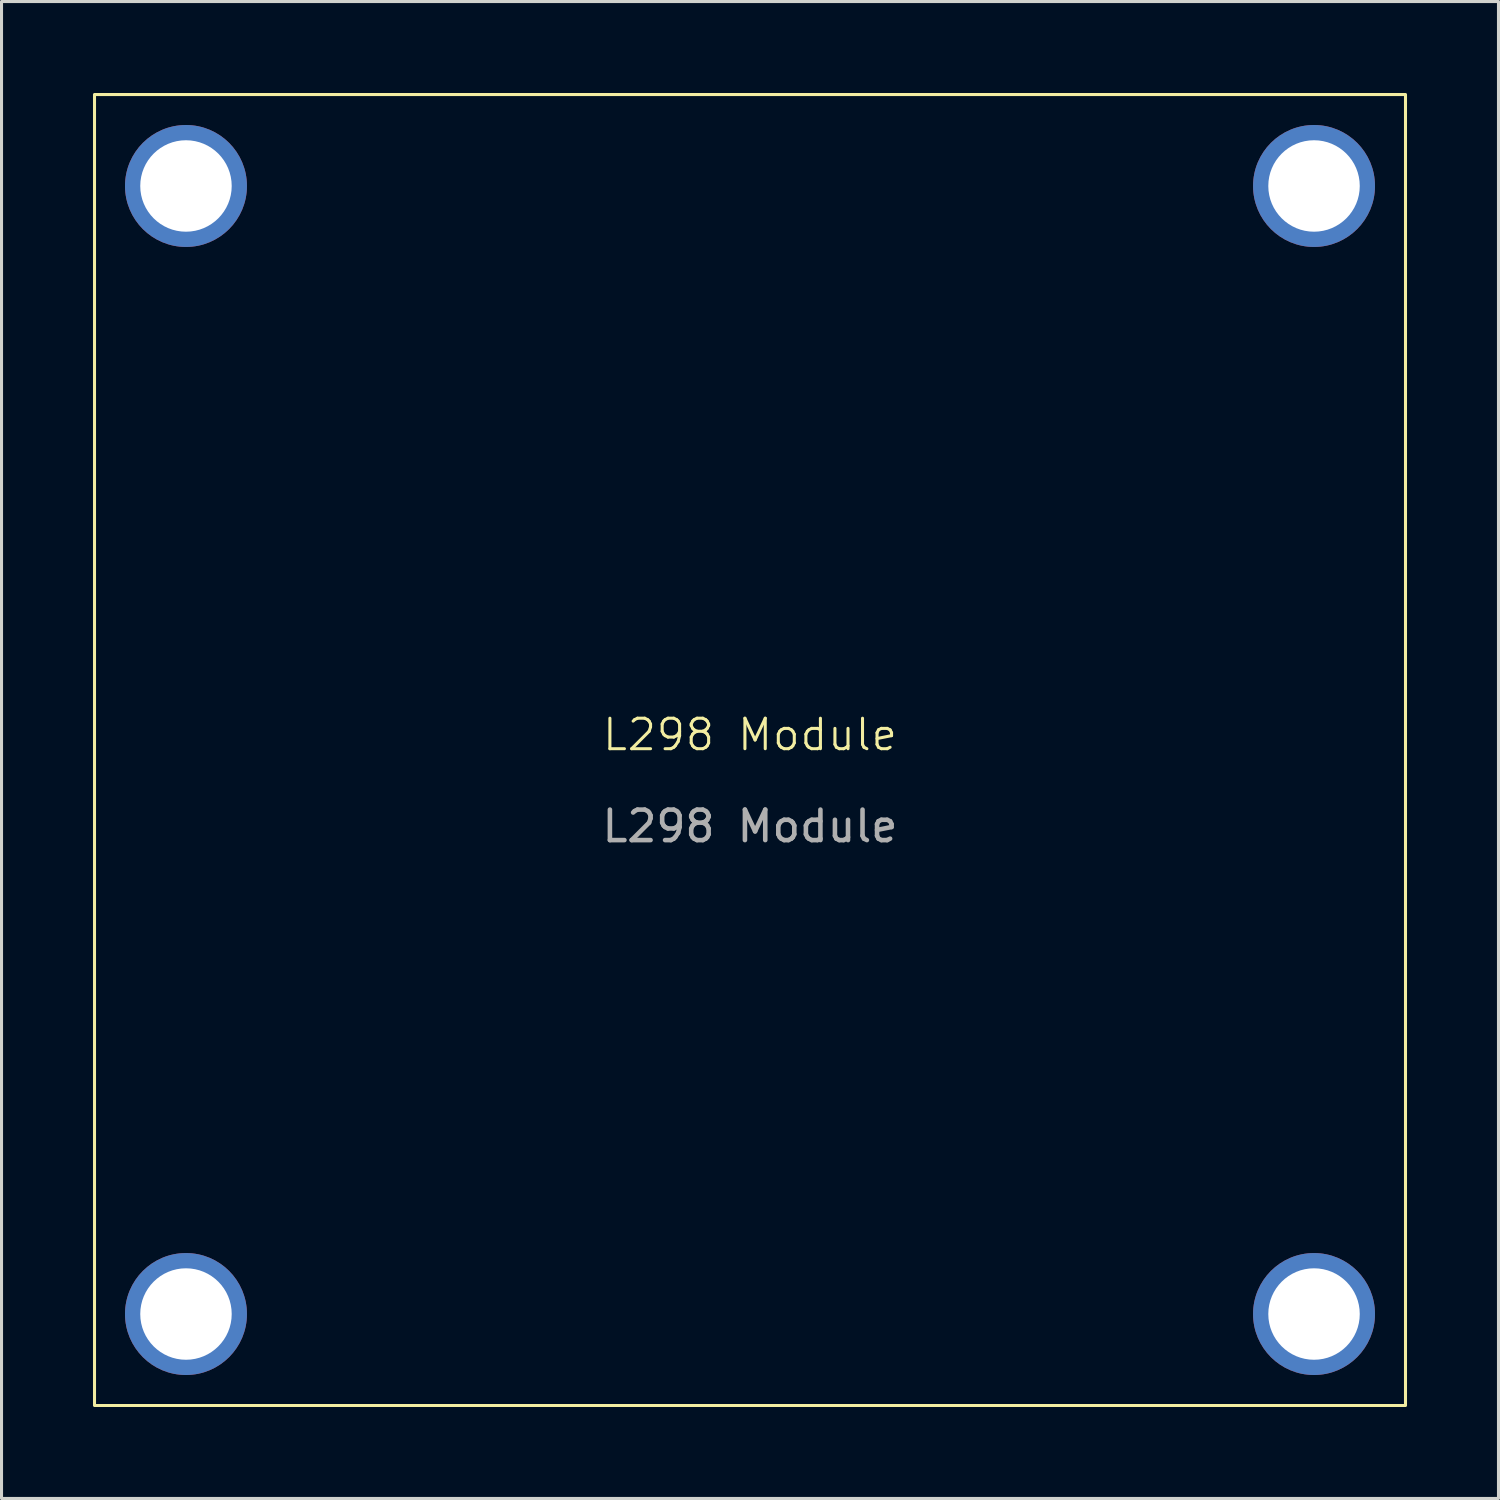
<source format=kicad_pcb>
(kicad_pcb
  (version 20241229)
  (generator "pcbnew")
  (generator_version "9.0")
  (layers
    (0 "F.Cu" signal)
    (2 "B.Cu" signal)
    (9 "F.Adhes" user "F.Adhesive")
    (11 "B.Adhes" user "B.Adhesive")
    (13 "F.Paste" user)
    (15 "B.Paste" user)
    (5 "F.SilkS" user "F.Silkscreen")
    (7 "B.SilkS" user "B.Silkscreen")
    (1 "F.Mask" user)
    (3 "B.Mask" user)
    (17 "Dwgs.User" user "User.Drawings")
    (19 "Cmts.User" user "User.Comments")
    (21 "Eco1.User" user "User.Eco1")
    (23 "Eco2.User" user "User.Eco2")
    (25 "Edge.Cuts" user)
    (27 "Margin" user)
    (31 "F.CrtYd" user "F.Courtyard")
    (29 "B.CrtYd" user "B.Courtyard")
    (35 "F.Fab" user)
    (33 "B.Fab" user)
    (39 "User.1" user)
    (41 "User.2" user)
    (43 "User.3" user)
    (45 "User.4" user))
  (footprint "L298 Module"
    (layer "F.Cu")
    (at 21.55 21.55)
    (property "Reference" "L298 Module" (at 0 -0.5 0) (unlocked yes) (layer "F.SilkS") (effects (font (size 1 1) (thickness 0.1))))
    (attr smd)
    (fp_rect (start -21.5 -21.5) (end 21.5 21.5) (stroke (width 0.1) (type default)) (fill no) (layer "F.SilkS"))
    (fp_text user "${REFERENCE}" (at 0 2.5 0) (unlocked yes) (layer "F.Fab") (effects (font (size 1 1) (thickness 0.15))))
    (pad "1" thru_hole circle (at -18.5 -18.5) (size 4 4) (drill 3) (layers "*.Cu" "*.Mask"))
    (pad "1" thru_hole circle (at -18.5 18.5) (size 4 4) (drill 3) (layers "*.Cu" "*.Mask"))
    (pad "1" thru_hole circle (at 18.5 -18.5) (size 4 4) (drill 3) (layers "*.Cu" "*.Mask"))
    (pad "1" thru_hole circle (at 18.5 18.5) (size 4 4) (drill 3) (layers "*.Cu" "*.Mask")))
  (gr_rect
    (start -3 -3)
    (end 46.1 46.1)
    (stroke (width 0.1) (type default))
    (fill no)
    (layer "Edge.Cuts")))
</source>
